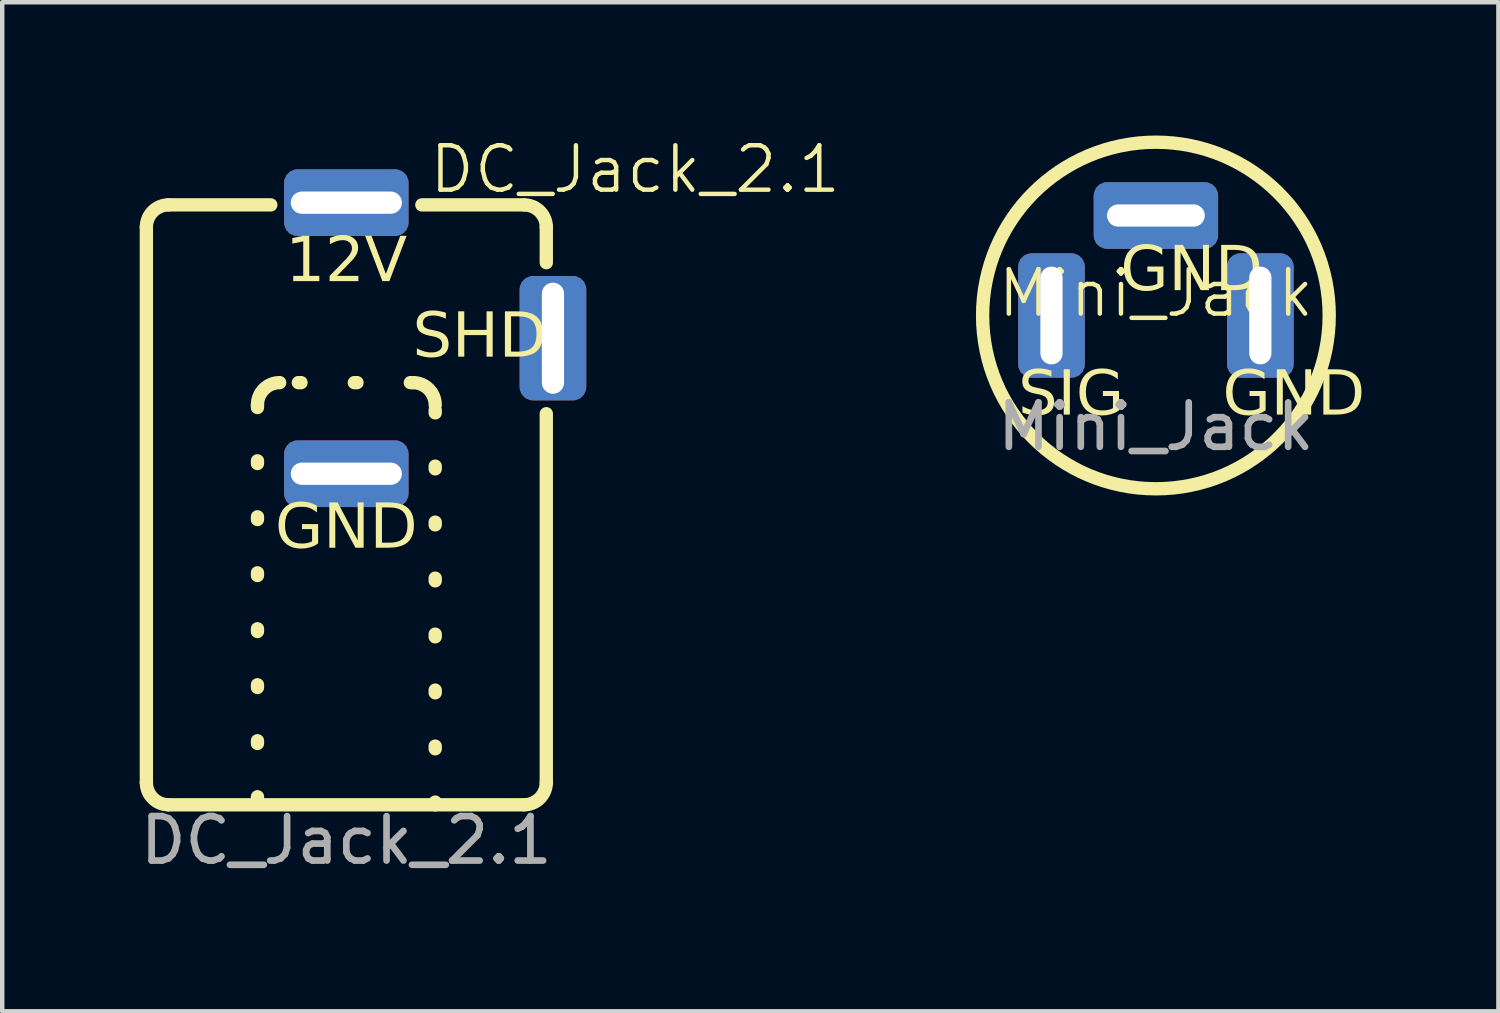
<source format=kicad_pcb>
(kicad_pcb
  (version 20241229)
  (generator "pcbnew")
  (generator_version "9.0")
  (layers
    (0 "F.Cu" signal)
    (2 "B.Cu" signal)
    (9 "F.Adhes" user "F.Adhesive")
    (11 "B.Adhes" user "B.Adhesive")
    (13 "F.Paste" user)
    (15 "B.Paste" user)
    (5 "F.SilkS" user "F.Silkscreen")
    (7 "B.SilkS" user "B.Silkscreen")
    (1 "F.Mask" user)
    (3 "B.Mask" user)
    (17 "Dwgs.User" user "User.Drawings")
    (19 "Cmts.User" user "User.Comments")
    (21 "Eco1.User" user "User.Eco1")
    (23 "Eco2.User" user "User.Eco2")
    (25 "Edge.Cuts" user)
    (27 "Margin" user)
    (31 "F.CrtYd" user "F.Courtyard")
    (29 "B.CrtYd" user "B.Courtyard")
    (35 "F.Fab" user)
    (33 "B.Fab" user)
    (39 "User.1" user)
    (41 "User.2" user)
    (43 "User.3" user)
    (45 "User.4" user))
  (footprint "Mini_Jack"
    (layer "F.Cu")
    (at 22.963 4.05)
    (property "Reference" "Mini_Jack" (at 0 -0.5 0) (unlocked yes) (layer "F.SilkS") (effects (font (size 1 1) (thickness 0.1))))
    (attr smd)
    (fp_circle (center 0 0) (end 3.9 0) (stroke (width 0.3) (type solid)) (fill no) (layer "F.SilkS"))
    (fp_text user "GND" (at -0.8 -0.4 0) (unlocked yes) (layer "F.SilkS") (effects (font (face "VT323") (size 1 1) (thickness 0.1)) (justify left bottom)))
    (fp_text user "GND" (at 1.5 2.4 0) (unlocked yes) (layer "F.SilkS") (effects (font (face "VT323") (size 1 1) (thickness 0.1)) (justify left bottom)))
    (fp_text user "SIG" (at -3.1 2.4 0) (unlocked yes) (layer "F.SilkS") (effects (font (face "VT323") (size 1 1) (thickness 0.1)) (justify left bottom)))
    (fp_text user "${REFERENCE}" (at 0 2.5 0) (unlocked yes) (layer "F.Fab") (effects (font (size 1 1) (thickness 0.15))))
    (pad "1" thru_hole roundrect (at 0 -2.25) (size 2.8 1.5) (drill oval 2.2 0.5) (layers "*.Cu" "*.Mask") (roundrect_rratio 0.2))
    (pad "2" thru_hole roundrect (at 2.35 0 270) (size 2.8 1.5) (drill oval 2.2 0.5) (layers "*.Cu" "*.Mask") (roundrect_rratio 0.2))
    (pad "3" thru_hole roundrect (at -2.35 0 270) (size 2.8 1.5) (drill oval 2.2 0.5) (layers "*.Cu" "*.Mask") (roundrect_rratio 0.2)))
  (footprint "DC_Jack_2.1"
    (layer "F.Cu")
    (at 4.744 4.561)
    (property "Reference" "DC_Jack_2.1" (at 6.5 -3.8 0) (unlocked yes) (layer "F.SilkS") (effects (font (size 1 1) (thickness 0.1))))
    (attr smd)
    (fp_line (start -4.5 10) (end -4.5 -2.5) (stroke (width 0.3) (type solid)) (layer "F.SilkS"))
    (fp_line (start -4 -3) (end -1.7 -3) (stroke (width 0.3) (type solid)) (layer "F.SilkS"))
    (fp_line (start -4 10.5) (end 4 10.5) (stroke (width 0.3) (type solid)) (layer "F.SilkS"))
    (fp_line (start -2 1.5) (end -2 10.5) (stroke (width 0.3) (type dot)) (layer "F.SilkS"))
    (fp_line (start 1.5 1) (end -1.5 1) (stroke (width 0.3) (type dot)) (layer "F.SilkS"))
    (fp_line (start 2 10.5) (end 2 1.5) (stroke (width 0.3) (type dot)) (layer "F.SilkS"))
    (fp_line (start 4 -3) (end 1.7 -3) (stroke (width 0.3) (type solid)) (layer "F.SilkS"))
    (fp_line (start 4.5 -1.7) (end 4.5 -2.5) (stroke (width 0.3) (type solid)) (layer "F.SilkS"))
    (fp_line (start 4.5 10) (end 4.5 1.7) (stroke (width 0.3) (type solid)) (layer "F.SilkS"))
    (fp_arc (start -4.5 -2.5) (mid -4.353553 -2.853553) (end -4 -3) (stroke (width 0.3) (type default)) (layer "F.SilkS"))
    (fp_arc (start -4 10.5) (mid -4.353553 10.353553) (end -4.5 10) (stroke (width 0.3) (type default)) (layer "F.SilkS"))
    (fp_arc (start -2 1.5) (mid -1.853553 1.146447) (end -1.5 1) (stroke (width 0.3) (type default)) (layer "F.SilkS"))
    (fp_arc (start 1.5 1) (mid 1.853553 1.146447) (end 2 1.5) (stroke (width 0.3) (type default)) (layer "F.SilkS"))
    (fp_arc (start 4 -3) (mid 4.353553 -2.853553) (end 4.5 -2.5) (stroke (width 0.3) (type default)) (layer "F.SilkS"))
    (fp_arc (start 4.5 10) (mid 4.353553 10.353553) (end 4 10.5) (stroke (width 0.3) (type default)) (layer "F.SilkS"))
    (fp_text user "SHD" (at 3 0 0) (unlocked yes) (layer "F.SilkS") (effects (font (face "VT323") (size 1 1) (thickness 0.1))))
    (fp_text user "12V" (at 0 -1.7 0) (unlocked yes) (layer "F.SilkS") (effects (font (face "VT323") (size 1 1) (thickness 0.1))))
    (fp_text user "GND" (at 0 4.3 0) (unlocked yes) (layer "F.SilkS") (effects (font (face "VT323") (size 1 1) (thickness 0.1))))
    (fp_text user "${REFERENCE}" (at 0 11.3 0) (unlocked yes) (layer "F.Fab") (effects (font (size 1 1) (thickness 0.15))))
    (pad "1" thru_hole roundrect (at 0 3.05) (size 2.8 1.5) (drill oval 2.5 0.5) (layers "*.Cu" "*.Mask") (roundrect_rratio 0.2))
    (pad "2" thru_hole roundrect (at 0 -3.05) (size 2.8 1.5) (drill oval 2.5 0.5) (layers "*.Cu" "*.Mask") (roundrect_rratio 0.2))
    (pad "3" thru_hole roundrect (at 4.65 0 90) (size 2.8 1.5) (drill oval 2.5 0.5) (layers "*.Cu" "*.Mask") (roundrect_rratio 0.2)))
  (gr_rect
    (start -3 -3)
    (end 30.671 19.709)
    (stroke (width 0.1) (type default))
    (fill no)
    (layer "Edge.Cuts")))
</source>
